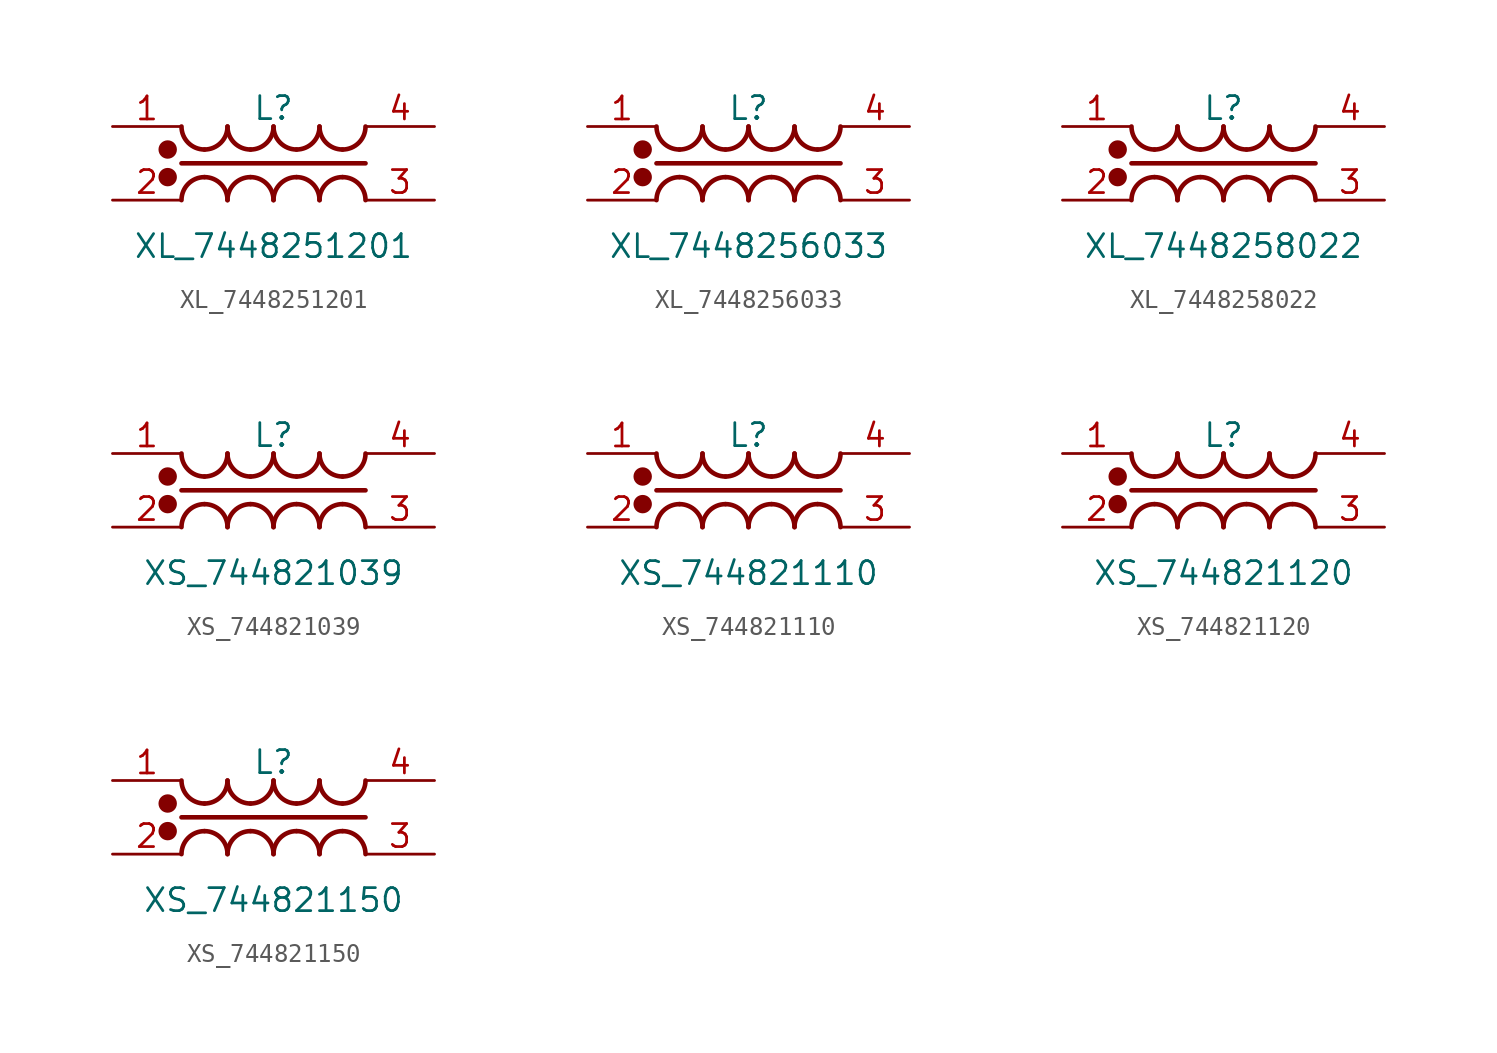
<source format=kicad_sym>
(kicad_symbol_lib
  (version 20211014)
  (generator kicad_symbol_editor)
  (symbol "Inductor_Wurth_WE-CMB:XL_7448251201"
    (pin_names hide)
    (property "Reference" "L"
      (at 0 5.08 0)
      (effects (font (size 1.27 1.27))))
    (property "Value" "XL_7448251201"
      (at 0 -2.54 0)
      (effects (font (size 1.27 1.27))))
    (symbol "XL_7448251201_0_1"
      (arc (start -5.08 4.064) (mid -4.708 3.166) (end -3.81 2.794) (stroke (width 0.254) (type default)) (fill (type none)))
      (arc (start -3.81 1.27) (mid -4.708 0.898) (end -5.08 0) (stroke (width 0.254) (type default)) (fill (type none)))
      (arc (start -3.81 2.794) (mid -2.912 3.166) (end -2.54 4.064) (stroke (width 0.254) (type default)) (fill (type none)))
      (arc (start -2.54 0) (mid -2.912 0.898) (end -3.81 1.27) (stroke (width 0.254) (type default)) (fill (type none)))
      (arc (start -2.5399 4.0639) (mid -2.1679 3.1659) (end -1.2699 2.7939) (stroke (width 0.254) (type default)) (fill (type none)))
      (arc (start -1.2699 1.2701) (mid -2.1679 0.8981) (end -2.5399 0.0001) (stroke (width 0.254) (type default)) (fill (type none)))
      (arc (start -1.2699 2.7939) (mid -0.3719 3.1659) (end 0.0001 4.0639) (stroke (width 0.254) (type default)) (fill (type none)))
      (arc (start 0.0001 0.0001) (mid -0.3719 0.8981) (end -1.2699 1.2701) (stroke (width 0.254) (type default)) (fill (type none)))
      (polyline (pts (xy -5.08 2.032) (xy 5.08 2.032)) (stroke (width 0.254) (type default)) (fill (type none)))
      (arc (start 0.0001 4.0639) (mid 0.3721 3.166) (end 1.2701 2.7939) (stroke (width 0.254) (type default)) (fill (type none)))
      (arc (start 1.2701 1.2701) (mid 0.3721 0.8981) (end 0.0001 0.0001) (stroke (width 0.254) (type default)) (fill (type none)))
      (arc (start 1.2701 2.7939) (mid 2.1681 3.1659) (end 2.5401 4.0639) (stroke (width 0.254) (type default)) (fill (type none)))
      (arc (start 2.5401 0.0001) (mid 2.1681 0.8981) (end 1.2701 1.2701) (stroke (width 0.254) (type default)) (fill (type none)))
      (arc (start 2.5401 4.0639) (mid 2.9121 3.166) (end 3.8101 2.7939) (stroke (width 0.254) (type default)) (fill (type none)))
      (arc (start 3.8101 1.2701) (mid 2.9121 0.8981) (end 2.5401 0.0001) (stroke (width 0.254) (type default)) (fill (type none)))
      (arc (start 3.8101 2.7939) (mid 4.7081 3.1659) (end 5.0801 4.0639) (stroke (width 0.254) (type default)) (fill (type none)))
      (arc (start 5.0801 0.0001) (mid 4.7081 0.8981) (end 3.8101 1.2701) (stroke (width 0.254) (type default)) (fill (type none))))
    (symbol "XL_7448251201_1_1"
      (circle (center -5.842 1.27) (radius 0.0001) (stroke (width 0.508) (type default)) (fill (type none)))
      (circle (center -5.842 2.794) (radius 0.0001) (stroke (width 0.508) (type default)) (fill (type none)))
      (pin passive line (at -8.89 4.064 0) (length 3.81) (name "1" (effects (font (size 1.27 1.27)))) (number "1" (effects (font (size 1.27 1.27)))))
      (pin passive line (at -8.89 0 0) (length 3.81) (name "2" (effects (font (size 1.27 1.27)))) (number "2" (effects (font (size 1.27 1.27)))))
      (pin passive line (at 8.89 0 180) (length 3.81) (name "3" (effects (font (size 1.27 1.27)))) (number "3" (effects (font (size 1.27 1.27)))))
      (pin passive line (at 8.89 4.064 180) (length 3.81) (name "4" (effects (font (size 1.27 1.27)))) (number "4" (effects (font (size 1.27 1.27)))))))
  (symbol "Inductor_Wurth_WE-CMB:XL_7448256033"
    (pin_names hide)
    (property "Reference" "L"
      (at 0 5.08 0)
      (effects (font (size 1.27 1.27))))
    (property "Value" "XL_7448256033"
      (at 0 -2.54 0)
      (effects (font (size 1.27 1.27))))
    (symbol "XL_7448256033_0_1"
      (arc (start -5.08 4.064) (mid -4.708 3.166) (end -3.81 2.794) (stroke (width 0.254) (type default)) (fill (type none)))
      (arc (start -3.81 1.27) (mid -4.708 0.898) (end -5.08 0) (stroke (width 0.254) (type default)) (fill (type none)))
      (arc (start -3.81 2.794) (mid -2.912 3.166) (end -2.54 4.064) (stroke (width 0.254) (type default)) (fill (type none)))
      (arc (start -2.54 0) (mid -2.912 0.898) (end -3.81 1.27) (stroke (width 0.254) (type default)) (fill (type none)))
      (arc (start -2.5399 4.0639) (mid -2.1679 3.1659) (end -1.2699 2.7939) (stroke (width 0.254) (type default)) (fill (type none)))
      (arc (start -1.2699 1.2701) (mid -2.1679 0.8981) (end -2.5399 0.0001) (stroke (width 0.254) (type default)) (fill (type none)))
      (arc (start -1.2699 2.7939) (mid -0.3719 3.1659) (end 0.0001 4.0639) (stroke (width 0.254) (type default)) (fill (type none)))
      (arc (start 0.0001 0.0001) (mid -0.3719 0.8981) (end -1.2699 1.2701) (stroke (width 0.254) (type default)) (fill (type none)))
      (polyline (pts (xy -5.08 2.032) (xy 5.08 2.032)) (stroke (width 0.254) (type default)) (fill (type none)))
      (arc (start 0.0001 4.0639) (mid 0.3721 3.166) (end 1.2701 2.7939) (stroke (width 0.254) (type default)) (fill (type none)))
      (arc (start 1.2701 1.2701) (mid 0.3721 0.8981) (end 0.0001 0.0001) (stroke (width 0.254) (type default)) (fill (type none)))
      (arc (start 1.2701 2.7939) (mid 2.1681 3.1659) (end 2.5401 4.0639) (stroke (width 0.254) (type default)) (fill (type none)))
      (arc (start 2.5401 0.0001) (mid 2.1681 0.8981) (end 1.2701 1.2701) (stroke (width 0.254) (type default)) (fill (type none)))
      (arc (start 2.5401 4.0639) (mid 2.9121 3.166) (end 3.8101 2.7939) (stroke (width 0.254) (type default)) (fill (type none)))
      (arc (start 3.8101 1.2701) (mid 2.9121 0.8981) (end 2.5401 0.0001) (stroke (width 0.254) (type default)) (fill (type none)))
      (arc (start 3.8101 2.7939) (mid 4.7081 3.1659) (end 5.0801 4.0639) (stroke (width 0.254) (type default)) (fill (type none)))
      (arc (start 5.0801 0.0001) (mid 4.7081 0.8981) (end 3.8101 1.2701) (stroke (width 0.254) (type default)) (fill (type none))))
    (symbol "XL_7448256033_1_1"
      (circle (center -5.842 1.27) (radius 0.0001) (stroke (width 0.508) (type default)) (fill (type none)))
      (circle (center -5.842 2.794) (radius 0.0001) (stroke (width 0.508) (type default)) (fill (type none)))
      (pin passive line (at -8.89 4.064 0) (length 3.81) (name "1" (effects (font (size 1.27 1.27)))) (number "1" (effects (font (size 1.27 1.27)))))
      (pin passive line (at -8.89 0 0) (length 3.81) (name "2" (effects (font (size 1.27 1.27)))) (number "2" (effects (font (size 1.27 1.27)))))
      (pin passive line (at 8.89 0 180) (length 3.81) (name "3" (effects (font (size 1.27 1.27)))) (number "3" (effects (font (size 1.27 1.27)))))
      (pin passive line (at 8.89 4.064 180) (length 3.81) (name "4" (effects (font (size 1.27 1.27)))) (number "4" (effects (font (size 1.27 1.27)))))))
  (symbol "Inductor_Wurth_WE-CMB:XL_7448258022"
    (pin_names hide)
    (property "Reference" "L"
      (at 0 5.08 0)
      (effects (font (size 1.27 1.27))))
    (property "Value" "XL_7448258022"
      (at 0 -2.54 0)
      (effects (font (size 1.27 1.27))))
    (symbol "XL_7448258022_0_1"
      (arc (start -5.08 4.064) (mid -4.708 3.166) (end -3.81 2.794) (stroke (width 0.254) (type default)) (fill (type none)))
      (arc (start -3.81 1.27) (mid -4.708 0.898) (end -5.08 0) (stroke (width 0.254) (type default)) (fill (type none)))
      (arc (start -3.81 2.794) (mid -2.912 3.166) (end -2.54 4.064) (stroke (width 0.254) (type default)) (fill (type none)))
      (arc (start -2.54 0) (mid -2.912 0.898) (end -3.81 1.27) (stroke (width 0.254) (type default)) (fill (type none)))
      (arc (start -2.5399 4.0639) (mid -2.1679 3.1659) (end -1.2699 2.7939) (stroke (width 0.254) (type default)) (fill (type none)))
      (arc (start -1.2699 1.2701) (mid -2.1679 0.8981) (end -2.5399 0.0001) (stroke (width 0.254) (type default)) (fill (type none)))
      (arc (start -1.2699 2.7939) (mid -0.3719 3.1659) (end 0.0001 4.0639) (stroke (width 0.254) (type default)) (fill (type none)))
      (arc (start 0.0001 0.0001) (mid -0.3719 0.8981) (end -1.2699 1.2701) (stroke (width 0.254) (type default)) (fill (type none)))
      (polyline (pts (xy -5.08 2.032) (xy 5.08 2.032)) (stroke (width 0.254) (type default)) (fill (type none)))
      (arc (start 0.0001 4.0639) (mid 0.3721 3.166) (end 1.2701 2.7939) (stroke (width 0.254) (type default)) (fill (type none)))
      (arc (start 1.2701 1.2701) (mid 0.3721 0.8981) (end 0.0001 0.0001) (stroke (width 0.254) (type default)) (fill (type none)))
      (arc (start 1.2701 2.7939) (mid 2.1681 3.1659) (end 2.5401 4.0639) (stroke (width 0.254) (type default)) (fill (type none)))
      (arc (start 2.5401 0.0001) (mid 2.1681 0.8981) (end 1.2701 1.2701) (stroke (width 0.254) (type default)) (fill (type none)))
      (arc (start 2.5401 4.0639) (mid 2.9121 3.166) (end 3.8101 2.7939) (stroke (width 0.254) (type default)) (fill (type none)))
      (arc (start 3.8101 1.2701) (mid 2.9121 0.8981) (end 2.5401 0.0001) (stroke (width 0.254) (type default)) (fill (type none)))
      (arc (start 3.8101 2.7939) (mid 4.7081 3.1659) (end 5.0801 4.0639) (stroke (width 0.254) (type default)) (fill (type none)))
      (arc (start 5.0801 0.0001) (mid 4.7081 0.8981) (end 3.8101 1.2701) (stroke (width 0.254) (type default)) (fill (type none))))
    (symbol "XL_7448258022_1_1"
      (circle (center -5.842 1.27) (radius 0.0001) (stroke (width 0.508) (type default)) (fill (type none)))
      (circle (center -5.842 2.794) (radius 0.0001) (stroke (width 0.508) (type default)) (fill (type none)))
      (pin passive line (at -8.89 4.064 0) (length 3.81) (name "1" (effects (font (size 1.27 1.27)))) (number "1" (effects (font (size 1.27 1.27)))))
      (pin passive line (at -8.89 0 0) (length 3.81) (name "2" (effects (font (size 1.27 1.27)))) (number "2" (effects (font (size 1.27 1.27)))))
      (pin passive line (at 8.89 0 180) (length 3.81) (name "3" (effects (font (size 1.27 1.27)))) (number "3" (effects (font (size 1.27 1.27)))))
      (pin passive line (at 8.89 4.064 180) (length 3.81) (name "4" (effects (font (size 1.27 1.27)))) (number "4" (effects (font (size 1.27 1.27)))))))
  (symbol "Inductor_Wurth_WE-CMB:XS_744821039"
    (pin_names hide)
    (property "Reference" "L"
      (at 0 5.08 0)
      (effects (font (size 1.27 1.27))))
    (property "Value" "XS_744821039"
      (at 0 -2.54 0)
      (effects (font (size 1.27 1.27))))
    (symbol "XS_744821039_0_1"
      (arc (start -5.08 4.064) (mid -4.708 3.166) (end -3.81 2.794) (stroke (width 0.254) (type default)) (fill (type none)))
      (arc (start -3.81 1.27) (mid -4.708 0.898) (end -5.08 0) (stroke (width 0.254) (type default)) (fill (type none)))
      (arc (start -3.81 2.794) (mid -2.912 3.166) (end -2.54 4.064) (stroke (width 0.254) (type default)) (fill (type none)))
      (arc (start -2.54 0) (mid -2.912 0.898) (end -3.81 1.27) (stroke (width 0.254) (type default)) (fill (type none)))
      (arc (start -2.5399 4.0639) (mid -2.1679 3.1659) (end -1.2699 2.7939) (stroke (width 0.254) (type default)) (fill (type none)))
      (arc (start -1.2699 1.2701) (mid -2.1679 0.8981) (end -2.5399 0.0001) (stroke (width 0.254) (type default)) (fill (type none)))
      (arc (start -1.2699 2.7939) (mid -0.3719 3.1659) (end 0.0001 4.0639) (stroke (width 0.254) (type default)) (fill (type none)))
      (arc (start 0.0001 0.0001) (mid -0.3719 0.8981) (end -1.2699 1.2701) (stroke (width 0.254) (type default)) (fill (type none)))
      (polyline (pts (xy -5.08 2.032) (xy 5.08 2.032)) (stroke (width 0.254) (type default)) (fill (type none)))
      (arc (start 0.0001 4.0639) (mid 0.3721 3.166) (end 1.2701 2.7939) (stroke (width 0.254) (type default)) (fill (type none)))
      (arc (start 1.2701 1.2701) (mid 0.3721 0.8981) (end 0.0001 0.0001) (stroke (width 0.254) (type default)) (fill (type none)))
      (arc (start 1.2701 2.7939) (mid 2.1681 3.1659) (end 2.5401 4.0639) (stroke (width 0.254) (type default)) (fill (type none)))
      (arc (start 2.5401 0.0001) (mid 2.1681 0.8981) (end 1.2701 1.2701) (stroke (width 0.254) (type default)) (fill (type none)))
      (arc (start 2.5401 4.0639) (mid 2.9121 3.166) (end 3.8101 2.7939) (stroke (width 0.254) (type default)) (fill (type none)))
      (arc (start 3.8101 1.2701) (mid 2.9121 0.8981) (end 2.5401 0.0001) (stroke (width 0.254) (type default)) (fill (type none)))
      (arc (start 3.8101 2.7939) (mid 4.7081 3.1659) (end 5.0801 4.0639) (stroke (width 0.254) (type default)) (fill (type none)))
      (arc (start 5.0801 0.0001) (mid 4.7081 0.8981) (end 3.8101 1.2701) (stroke (width 0.254) (type default)) (fill (type none))))
    (symbol "XS_744821039_1_1"
      (circle (center -5.842 1.27) (radius 0.0001) (stroke (width 0.508) (type default)) (fill (type none)))
      (circle (center -5.842 2.794) (radius 0.0001) (stroke (width 0.508) (type default)) (fill (type none)))
      (pin passive line (at -8.89 4.064 0) (length 3.81) (name "1" (effects (font (size 1.27 1.27)))) (number "1" (effects (font (size 1.27 1.27)))))
      (pin passive line (at -8.89 0 0) (length 3.81) (name "2" (effects (font (size 1.27 1.27)))) (number "2" (effects (font (size 1.27 1.27)))))
      (pin passive line (at 8.89 0 180) (length 3.81) (name "3" (effects (font (size 1.27 1.27)))) (number "3" (effects (font (size 1.27 1.27)))))
      (pin passive line (at 8.89 4.064 180) (length 3.81) (name "4" (effects (font (size 1.27 1.27)))) (number "4" (effects (font (size 1.27 1.27)))))))
  (symbol "Inductor_Wurth_WE-CMB:XS_744821110"
    (pin_names hide)
    (property "Reference" "L"
      (at 0 5.08 0)
      (effects (font (size 1.27 1.27))))
    (property "Value" "XS_744821110"
      (at 0 -2.54 0)
      (effects (font (size 1.27 1.27))))
    (symbol "XS_744821110_0_1"
      (arc (start -5.08 4.064) (mid -4.708 3.166) (end -3.81 2.794) (stroke (width 0.254) (type default)) (fill (type none)))
      (arc (start -3.81 1.27) (mid -4.708 0.898) (end -5.08 0) (stroke (width 0.254) (type default)) (fill (type none)))
      (arc (start -3.81 2.794) (mid -2.912 3.166) (end -2.54 4.064) (stroke (width 0.254) (type default)) (fill (type none)))
      (arc (start -2.54 0) (mid -2.912 0.898) (end -3.81 1.27) (stroke (width 0.254) (type default)) (fill (type none)))
      (arc (start -2.5399 4.0639) (mid -2.1679 3.1659) (end -1.2699 2.7939) (stroke (width 0.254) (type default)) (fill (type none)))
      (arc (start -1.2699 1.2701) (mid -2.1679 0.8981) (end -2.5399 0.0001) (stroke (width 0.254) (type default)) (fill (type none)))
      (arc (start -1.2699 2.7939) (mid -0.3719 3.1659) (end 0.0001 4.0639) (stroke (width 0.254) (type default)) (fill (type none)))
      (arc (start 0.0001 0.0001) (mid -0.3719 0.8981) (end -1.2699 1.2701) (stroke (width 0.254) (type default)) (fill (type none)))
      (polyline (pts (xy -5.08 2.032) (xy 5.08 2.032)) (stroke (width 0.254) (type default)) (fill (type none)))
      (arc (start 0.0001 4.0639) (mid 0.3721 3.166) (end 1.2701 2.7939) (stroke (width 0.254) (type default)) (fill (type none)))
      (arc (start 1.2701 1.2701) (mid 0.3721 0.8981) (end 0.0001 0.0001) (stroke (width 0.254) (type default)) (fill (type none)))
      (arc (start 1.2701 2.7939) (mid 2.1681 3.1659) (end 2.5401 4.0639) (stroke (width 0.254) (type default)) (fill (type none)))
      (arc (start 2.5401 0.0001) (mid 2.1681 0.8981) (end 1.2701 1.2701) (stroke (width 0.254) (type default)) (fill (type none)))
      (arc (start 2.5401 4.0639) (mid 2.9121 3.166) (end 3.8101 2.7939) (stroke (width 0.254) (type default)) (fill (type none)))
      (arc (start 3.8101 1.2701) (mid 2.9121 0.8981) (end 2.5401 0.0001) (stroke (width 0.254) (type default)) (fill (type none)))
      (arc (start 3.8101 2.7939) (mid 4.7081 3.1659) (end 5.0801 4.0639) (stroke (width 0.254) (type default)) (fill (type none)))
      (arc (start 5.0801 0.0001) (mid 4.7081 0.8981) (end 3.8101 1.2701) (stroke (width 0.254) (type default)) (fill (type none))))
    (symbol "XS_744821110_1_1"
      (circle (center -5.842 1.27) (radius 0.0001) (stroke (width 0.508) (type default)) (fill (type none)))
      (circle (center -5.842 2.794) (radius 0.0001) (stroke (width 0.508) (type default)) (fill (type none)))
      (pin passive line (at -8.89 4.064 0) (length 3.81) (name "1" (effects (font (size 1.27 1.27)))) (number "1" (effects (font (size 1.27 1.27)))))
      (pin passive line (at -8.89 0 0) (length 3.81) (name "2" (effects (font (size 1.27 1.27)))) (number "2" (effects (font (size 1.27 1.27)))))
      (pin passive line (at 8.89 0 180) (length 3.81) (name "3" (effects (font (size 1.27 1.27)))) (number "3" (effects (font (size 1.27 1.27)))))
      (pin passive line (at 8.89 4.064 180) (length 3.81) (name "4" (effects (font (size 1.27 1.27)))) (number "4" (effects (font (size 1.27 1.27)))))))
  (symbol "Inductor_Wurth_WE-CMB:XS_744821120"
    (pin_names hide)
    (property "Reference" "L"
      (at 0 5.08 0)
      (effects (font (size 1.27 1.27))))
    (property "Value" "XS_744821120"
      (at 0 -2.54 0)
      (effects (font (size 1.27 1.27))))
    (symbol "XS_744821120_0_1"
      (arc (start -5.08 4.064) (mid -4.708 3.166) (end -3.81 2.794) (stroke (width 0.254) (type default)) (fill (type none)))
      (arc (start -3.81 1.27) (mid -4.708 0.898) (end -5.08 0) (stroke (width 0.254) (type default)) (fill (type none)))
      (arc (start -3.81 2.794) (mid -2.912 3.166) (end -2.54 4.064) (stroke (width 0.254) (type default)) (fill (type none)))
      (arc (start -2.54 0) (mid -2.912 0.898) (end -3.81 1.27) (stroke (width 0.254) (type default)) (fill (type none)))
      (arc (start -2.5399 4.0639) (mid -2.1679 3.1659) (end -1.2699 2.7939) (stroke (width 0.254) (type default)) (fill (type none)))
      (arc (start -1.2699 1.2701) (mid -2.1679 0.8981) (end -2.5399 0.0001) (stroke (width 0.254) (type default)) (fill (type none)))
      (arc (start -1.2699 2.7939) (mid -0.3719 3.1659) (end 0.0001 4.0639) (stroke (width 0.254) (type default)) (fill (type none)))
      (arc (start 0.0001 0.0001) (mid -0.3719 0.8981) (end -1.2699 1.2701) (stroke (width 0.254) (type default)) (fill (type none)))
      (polyline (pts (xy -5.08 2.032) (xy 5.08 2.032)) (stroke (width 0.254) (type default)) (fill (type none)))
      (arc (start 0.0001 4.0639) (mid 0.3721 3.166) (end 1.2701 2.7939) (stroke (width 0.254) (type default)) (fill (type none)))
      (arc (start 1.2701 1.2701) (mid 0.3721 0.8981) (end 0.0001 0.0001) (stroke (width 0.254) (type default)) (fill (type none)))
      (arc (start 1.2701 2.7939) (mid 2.1681 3.1659) (end 2.5401 4.0639) (stroke (width 0.254) (type default)) (fill (type none)))
      (arc (start 2.5401 0.0001) (mid 2.1681 0.8981) (end 1.2701 1.2701) (stroke (width 0.254) (type default)) (fill (type none)))
      (arc (start 2.5401 4.0639) (mid 2.9121 3.166) (end 3.8101 2.7939) (stroke (width 0.254) (type default)) (fill (type none)))
      (arc (start 3.8101 1.2701) (mid 2.9121 0.8981) (end 2.5401 0.0001) (stroke (width 0.254) (type default)) (fill (type none)))
      (arc (start 3.8101 2.7939) (mid 4.7081 3.1659) (end 5.0801 4.0639) (stroke (width 0.254) (type default)) (fill (type none)))
      (arc (start 5.0801 0.0001) (mid 4.7081 0.8981) (end 3.8101 1.2701) (stroke (width 0.254) (type default)) (fill (type none))))
    (symbol "XS_744821120_1_1"
      (circle (center -5.842 1.27) (radius 0.0001) (stroke (width 0.508) (type default)) (fill (type none)))
      (circle (center -5.842 2.794) (radius 0.0001) (stroke (width 0.508) (type default)) (fill (type none)))
      (pin passive line (at -8.89 4.064 0) (length 3.81) (name "1" (effects (font (size 1.27 1.27)))) (number "1" (effects (font (size 1.27 1.27)))))
      (pin passive line (at -8.89 0 0) (length 3.81) (name "2" (effects (font (size 1.27 1.27)))) (number "2" (effects (font (size 1.27 1.27)))))
      (pin passive line (at 8.89 0 180) (length 3.81) (name "3" (effects (font (size 1.27 1.27)))) (number "3" (effects (font (size 1.27 1.27)))))
      (pin passive line (at 8.89 4.064 180) (length 3.81) (name "4" (effects (font (size 1.27 1.27)))) (number "4" (effects (font (size 1.27 1.27)))))))
  (symbol "Inductor_Wurth_WE-CMB:XS_744821150"
    (pin_names hide)
    (property "Reference" "L"
      (at 0 5.08 0)
      (effects (font (size 1.27 1.27))))
    (property "Value" "XS_744821150"
      (at 0 -2.54 0)
      (effects (font (size 1.27 1.27))))
    (symbol "XS_744821150_0_1"
      (arc (start -5.08 4.064) (mid -4.708 3.166) (end -3.81 2.794) (stroke (width 0.254) (type default)) (fill (type none)))
      (arc (start -3.81 1.27) (mid -4.708 0.898) (end -5.08 0) (stroke (width 0.254) (type default)) (fill (type none)))
      (arc (start -3.81 2.794) (mid -2.912 3.166) (end -2.54 4.064) (stroke (width 0.254) (type default)) (fill (type none)))
      (arc (start -2.54 0) (mid -2.912 0.898) (end -3.81 1.27) (stroke (width 0.254) (type default)) (fill (type none)))
      (arc (start -2.5399 4.0639) (mid -2.1679 3.1659) (end -1.2699 2.7939) (stroke (width 0.254) (type default)) (fill (type none)))
      (arc (start -1.2699 1.2701) (mid -2.1679 0.8981) (end -2.5399 0.0001) (stroke (width 0.254) (type default)) (fill (type none)))
      (arc (start -1.2699 2.7939) (mid -0.3719 3.1659) (end 0.0001 4.0639) (stroke (width 0.254) (type default)) (fill (type none)))
      (arc (start 0.0001 0.0001) (mid -0.3719 0.8981) (end -1.2699 1.2701) (stroke (width 0.254) (type default)) (fill (type none)))
      (polyline (pts (xy -5.08 2.032) (xy 5.08 2.032)) (stroke (width 0.254) (type default)) (fill (type none)))
      (arc (start 0.0001 4.0639) (mid 0.3721 3.166) (end 1.2701 2.7939) (stroke (width 0.254) (type default)) (fill (type none)))
      (arc (start 1.2701 1.2701) (mid 0.3721 0.8981) (end 0.0001 0.0001) (stroke (width 0.254) (type default)) (fill (type none)))
      (arc (start 1.2701 2.7939) (mid 2.1681 3.1659) (end 2.5401 4.0639) (stroke (width 0.254) (type default)) (fill (type none)))
      (arc (start 2.5401 0.0001) (mid 2.1681 0.8981) (end 1.2701 1.2701) (stroke (width 0.254) (type default)) (fill (type none)))
      (arc (start 2.5401 4.0639) (mid 2.9121 3.166) (end 3.8101 2.7939) (stroke (width 0.254) (type default)) (fill (type none)))
      (arc (start 3.8101 1.2701) (mid 2.9121 0.8981) (end 2.5401 0.0001) (stroke (width 0.254) (type default)) (fill (type none)))
      (arc (start 3.8101 2.7939) (mid 4.7081 3.1659) (end 5.0801 4.0639) (stroke (width 0.254) (type default)) (fill (type none)))
      (arc (start 5.0801 0.0001) (mid 4.7081 0.8981) (end 3.8101 1.2701) (stroke (width 0.254) (type default)) (fill (type none))))
    (symbol "XS_744821150_1_1"
      (circle (center -5.842 1.27) (radius 0.0001) (stroke (width 0.508) (type default)) (fill (type none)))
      (circle (center -5.842 2.794) (radius 0.0001) (stroke (width 0.508) (type default)) (fill (type none)))
      (pin passive line (at -8.89 4.064 0) (length 3.81) (name "1" (effects (font (size 1.27 1.27)))) (number "1" (effects (font (size 1.27 1.27)))))
      (pin passive line (at -8.89 0 0) (length 3.81) (name "2" (effects (font (size 1.27 1.27)))) (number "2" (effects (font (size 1.27 1.27)))))
      (pin passive line (at 8.89 0 180) (length 3.81) (name "3" (effects (font (size 1.27 1.27)))) (number "3" (effects (font (size 1.27 1.27)))))
      (pin passive line (at 8.89 4.064 180) (length 3.81) (name "4" (effects (font (size 1.27 1.27)))) (number "4" (effects (font (size 1.27 1.27))))))))
</source>
